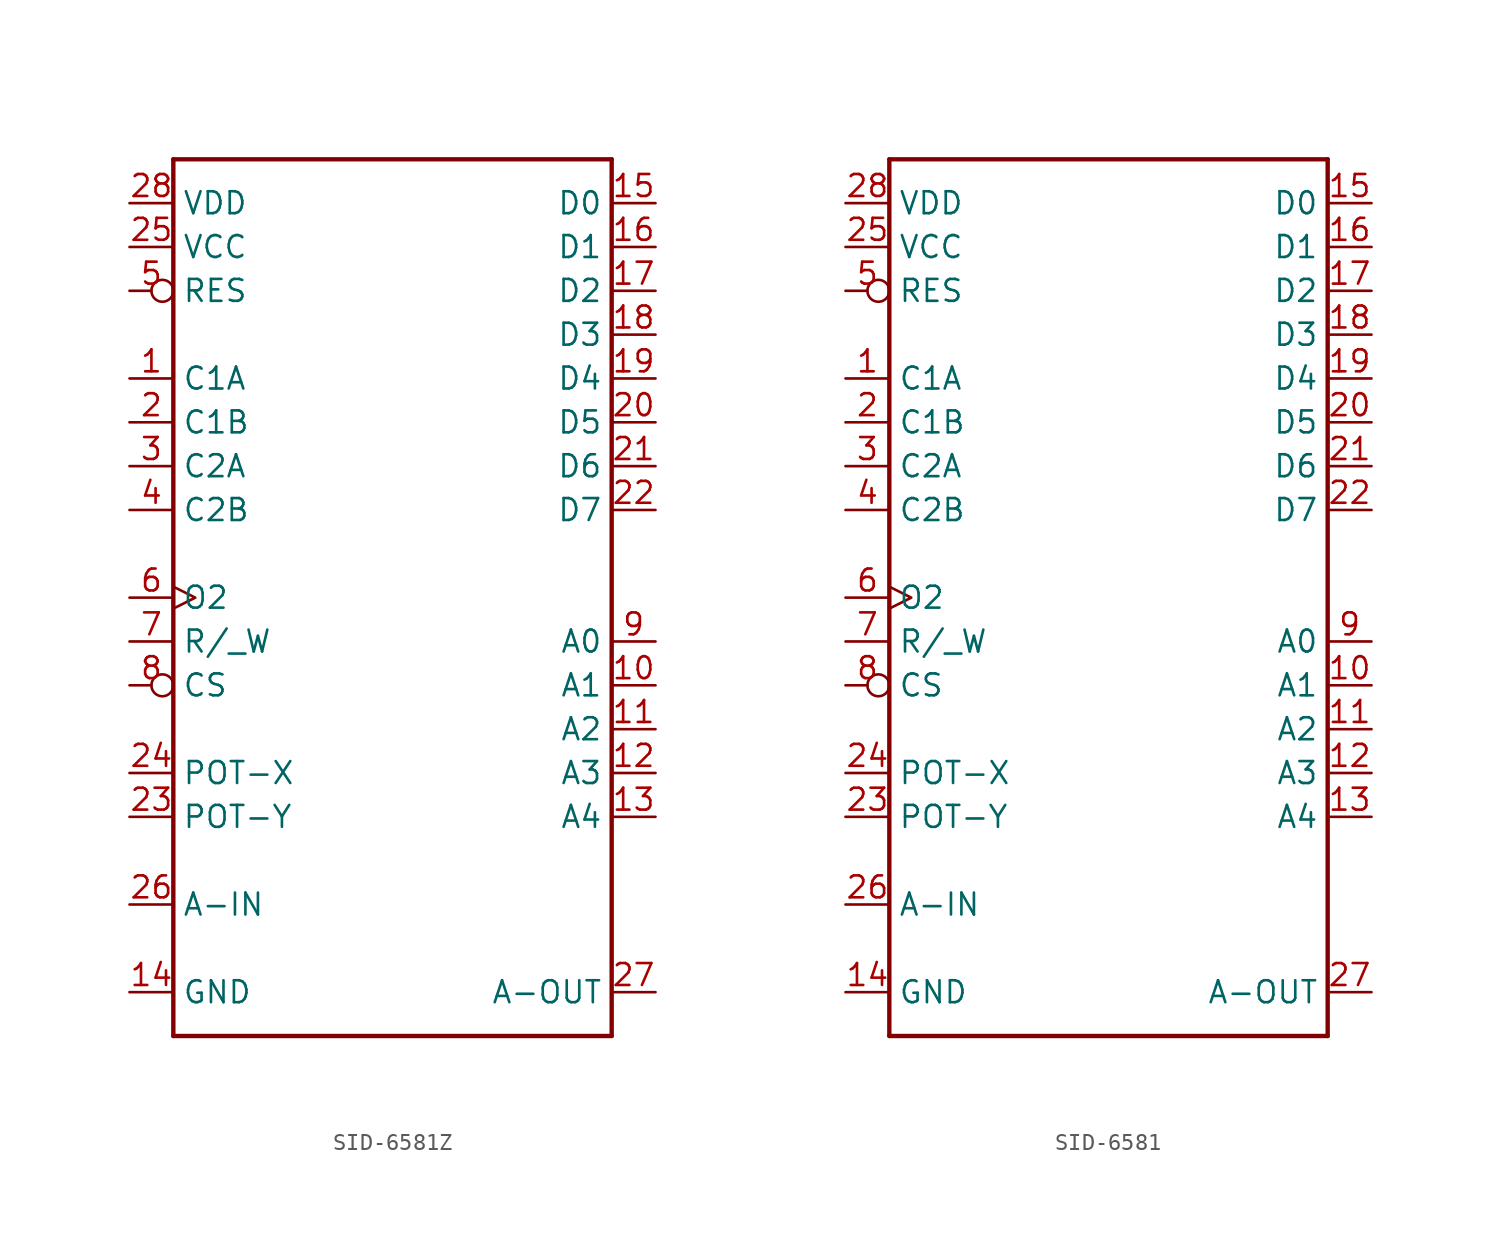
<source format=kicad_sym>
(kicad_symbol_lib
  (version 20231120)
  (generator "kicad_symbol_editor")
  (generator_version "8.0")
  (symbol "SID-6581Z"
    (property "Reference" ""
      (at -10.16 19.05 0)
      (effects (font (size 2.184 1.857)) (justify left bottom) (hide yes)))
    (property "ki_locked" ""
      (at 0 0 0)
      (effects (font (size 1.27 1.27))))
    (symbol "SID-6581Z_1_0"
      (polyline (pts (xy -10.16 -33.02) (xy 15.24 -33.02)) (stroke (width 0.254) (type solid)) (fill (type none)))
      (polyline (pts (xy -10.16 17.78) (xy -10.16 -33.02)) (stroke (width 0.254) (type solid)) (fill (type none)))
      (polyline (pts (xy 15.24 -33.02) (xy 15.24 17.78)) (stroke (width 0.254) (type solid)) (fill (type none)))
      (polyline (pts (xy 15.24 17.78) (xy -10.16 17.78)) (stroke (width 0.254) (type solid)) (fill (type none)))
      (pin bidirectional line (at -12.7 5.08 0) (length 2.54) (name "C1A" (effects (font (size 1.27 1.27)))) (number "1" (effects (font (size 1.27 1.27)))))
      (pin bidirectional line (at 17.78 -12.7 180) (length 2.54) (name "A1" (effects (font (size 1.27 1.27)))) (number "10" (effects (font (size 1.27 1.27)))))
      (pin bidirectional line (at 17.78 -15.24 180) (length 2.54) (name "A2" (effects (font (size 1.27 1.27)))) (number "11" (effects (font (size 1.27 1.27)))))
      (pin bidirectional line (at 17.78 -17.78 180) (length 2.54) (name "A3" (effects (font (size 1.27 1.27)))) (number "12" (effects (font (size 1.27 1.27)))))
      (pin bidirectional line (at 17.78 -20.32 180) (length 2.54) (name "A4" (effects (font (size 1.27 1.27)))) (number "13" (effects (font (size 1.27 1.27)))))
      (pin bidirectional line (at -12.7 -30.48 0) (length 2.54) (name "GND" (effects (font (size 1.27 1.27)))) (number "14" (effects (font (size 1.27 1.27)))))
      (pin bidirectional line (at 17.78 15.24 180) (length 2.54) (name "D0" (effects (font (size 1.27 1.27)))) (number "15" (effects (font (size 1.27 1.27)))))
      (pin bidirectional line (at 17.78 12.7 180) (length 2.54) (name "D1" (effects (font (size 1.27 1.27)))) (number "16" (effects (font (size 1.27 1.27)))))
      (pin bidirectional line (at 17.78 10.16 180) (length 2.54) (name "D2" (effects (font (size 1.27 1.27)))) (number "17" (effects (font (size 1.27 1.27)))))
      (pin bidirectional line (at 17.78 7.62 180) (length 2.54) (name "D3" (effects (font (size 1.27 1.27)))) (number "18" (effects (font (size 1.27 1.27)))))
      (pin bidirectional line (at 17.78 5.08 180) (length 2.54) (name "D4" (effects (font (size 1.27 1.27)))) (number "19" (effects (font (size 1.27 1.27)))))
      (pin bidirectional line (at -12.7 2.54 0) (length 2.54) (name "C1B" (effects (font (size 1.27 1.27)))) (number "2" (effects (font (size 1.27 1.27)))))
      (pin bidirectional line (at 17.78 2.54 180) (length 2.54) (name "D5" (effects (font (size 1.27 1.27)))) (number "20" (effects (font (size 1.27 1.27)))))
      (pin bidirectional line (at 17.78 0 180) (length 2.54) (name "D6" (effects (font (size 1.27 1.27)))) (number "21" (effects (font (size 1.27 1.27)))))
      (pin bidirectional line (at 17.78 -2.54 180) (length 2.54) (name "D7" (effects (font (size 1.27 1.27)))) (number "22" (effects (font (size 1.27 1.27)))))
      (pin bidirectional line (at -12.7 -20.32 0) (length 2.54) (name "POT-Y" (effects (font (size 1.27 1.27)))) (number "23" (effects (font (size 1.27 1.27)))))
      (pin bidirectional line (at -12.7 -17.78 0) (length 2.54) (name "POT-X" (effects (font (size 1.27 1.27)))) (number "24" (effects (font (size 1.27 1.27)))))
      (pin bidirectional line (at -12.7 12.7 0) (length 2.54) (name "VCC" (effects (font (size 1.27 1.27)))) (number "25" (effects (font (size 1.27 1.27)))))
      (pin bidirectional line (at -12.7 -25.4 0) (length 2.54) (name "A-IN" (effects (font (size 1.27 1.27)))) (number "26" (effects (font (size 1.27 1.27)))))
      (pin bidirectional line (at 17.78 -30.48 180) (length 2.54) (name "A-OUT" (effects (font (size 1.27 1.27)))) (number "27" (effects (font (size 1.27 1.27)))))
      (pin bidirectional line (at -12.7 15.24 0) (length 2.54) (name "VDD" (effects (font (size 1.27 1.27)))) (number "28" (effects (font (size 1.27 1.27)))))
      (pin bidirectional line (at -12.7 0 0) (length 2.54) (name "C2A" (effects (font (size 1.27 1.27)))) (number "3" (effects (font (size 1.27 1.27)))))
      (pin bidirectional line (at -12.7 -2.54 0) (length 2.54) (name "C2B" (effects (font (size 1.27 1.27)))) (number "4" (effects (font (size 1.27 1.27)))))
      (pin input inverted (at -12.7 10.16 0) (length 2.54) (name "RES" (effects (font (size 1.27 1.27)))) (number "5" (effects (font (size 1.27 1.27)))))
      (pin bidirectional clock (at -12.7 -7.62 0) (length 2.54) (name "O2" (effects (font (size 1.27 1.27)))) (number "6" (effects (font (size 1.27 1.27)))))
      (pin bidirectional line (at -12.7 -10.16 0) (length 2.54) (name "R/_W" (effects (font (size 1.27 1.27)))) (number "7" (effects (font (size 1.27 1.27)))))
      (pin bidirectional inverted (at -12.7 -12.7 0) (length 2.54) (name "CS" (effects (font (size 1.27 1.27)))) (number "8" (effects (font (size 1.27 1.27)))))
      (pin bidirectional line (at 17.78 -10.16 180) (length 2.54) (name "A0" (effects (font (size 1.27 1.27)))) (number "9" (effects (font (size 1.27 1.27)))))))
  (symbol "SID-6581"
    (property "Reference" ""
      (at -10.16 19.05 0)
      (effects (font (size 2.184 1.857)) (justify left bottom) (hide yes)))
    (property "ki_locked" ""
      (at 0 0 0)
      (effects (font (size 1.27 1.27))))
    (symbol "SID-6581_1_0"
      (polyline (pts (xy -10.16 -33.02) (xy 15.24 -33.02)) (stroke (width 0.254) (type solid)) (fill (type none)))
      (polyline (pts (xy -10.16 17.78) (xy -10.16 -33.02)) (stroke (width 0.254) (type solid)) (fill (type none)))
      (polyline (pts (xy 15.24 -33.02) (xy 15.24 17.78)) (stroke (width 0.254) (type solid)) (fill (type none)))
      (polyline (pts (xy 15.24 17.78) (xy -10.16 17.78)) (stroke (width 0.254) (type solid)) (fill (type none)))
      (pin bidirectional line (at -12.7 5.08 0) (length 2.54) (name "C1A" (effects (font (size 1.27 1.27)))) (number "1" (effects (font (size 1.27 1.27)))))
      (pin bidirectional line (at 17.78 -12.7 180) (length 2.54) (name "A1" (effects (font (size 1.27 1.27)))) (number "10" (effects (font (size 1.27 1.27)))))
      (pin bidirectional line (at 17.78 -15.24 180) (length 2.54) (name "A2" (effects (font (size 1.27 1.27)))) (number "11" (effects (font (size 1.27 1.27)))))
      (pin bidirectional line (at 17.78 -17.78 180) (length 2.54) (name "A3" (effects (font (size 1.27 1.27)))) (number "12" (effects (font (size 1.27 1.27)))))
      (pin bidirectional line (at 17.78 -20.32 180) (length 2.54) (name "A4" (effects (font (size 1.27 1.27)))) (number "13" (effects (font (size 1.27 1.27)))))
      (pin bidirectional line (at -12.7 -30.48 0) (length 2.54) (name "GND" (effects (font (size 1.27 1.27)))) (number "14" (effects (font (size 1.27 1.27)))))
      (pin bidirectional line (at 17.78 15.24 180) (length 2.54) (name "D0" (effects (font (size 1.27 1.27)))) (number "15" (effects (font (size 1.27 1.27)))))
      (pin bidirectional line (at 17.78 12.7 180) (length 2.54) (name "D1" (effects (font (size 1.27 1.27)))) (number "16" (effects (font (size 1.27 1.27)))))
      (pin bidirectional line (at 17.78 10.16 180) (length 2.54) (name "D2" (effects (font (size 1.27 1.27)))) (number "17" (effects (font (size 1.27 1.27)))))
      (pin bidirectional line (at 17.78 7.62 180) (length 2.54) (name "D3" (effects (font (size 1.27 1.27)))) (number "18" (effects (font (size 1.27 1.27)))))
      (pin bidirectional line (at 17.78 5.08 180) (length 2.54) (name "D4" (effects (font (size 1.27 1.27)))) (number "19" (effects (font (size 1.27 1.27)))))
      (pin bidirectional line (at -12.7 2.54 0) (length 2.54) (name "C1B" (effects (font (size 1.27 1.27)))) (number "2" (effects (font (size 1.27 1.27)))))
      (pin bidirectional line (at 17.78 2.54 180) (length 2.54) (name "D5" (effects (font (size 1.27 1.27)))) (number "20" (effects (font (size 1.27 1.27)))))
      (pin bidirectional line (at 17.78 0 180) (length 2.54) (name "D6" (effects (font (size 1.27 1.27)))) (number "21" (effects (font (size 1.27 1.27)))))
      (pin bidirectional line (at 17.78 -2.54 180) (length 2.54) (name "D7" (effects (font (size 1.27 1.27)))) (number "22" (effects (font (size 1.27 1.27)))))
      (pin bidirectional line (at -12.7 -20.32 0) (length 2.54) (name "POT-Y" (effects (font (size 1.27 1.27)))) (number "23" (effects (font (size 1.27 1.27)))))
      (pin bidirectional line (at -12.7 -17.78 0) (length 2.54) (name "POT-X" (effects (font (size 1.27 1.27)))) (number "24" (effects (font (size 1.27 1.27)))))
      (pin bidirectional line (at -12.7 12.7 0) (length 2.54) (name "VCC" (effects (font (size 1.27 1.27)))) (number "25" (effects (font (size 1.27 1.27)))))
      (pin bidirectional line (at -12.7 -25.4 0) (length 2.54) (name "A-IN" (effects (font (size 1.27 1.27)))) (number "26" (effects (font (size 1.27 1.27)))))
      (pin bidirectional line (at 17.78 -30.48 180) (length 2.54) (name "A-OUT" (effects (font (size 1.27 1.27)))) (number "27" (effects (font (size 1.27 1.27)))))
      (pin bidirectional line (at -12.7 15.24 0) (length 2.54) (name "VDD" (effects (font (size 1.27 1.27)))) (number "28" (effects (font (size 1.27 1.27)))))
      (pin bidirectional line (at -12.7 0 0) (length 2.54) (name "C2A" (effects (font (size 1.27 1.27)))) (number "3" (effects (font (size 1.27 1.27)))))
      (pin bidirectional line (at -12.7 -2.54 0) (length 2.54) (name "C2B" (effects (font (size 1.27 1.27)))) (number "4" (effects (font (size 1.27 1.27)))))
      (pin input inverted (at -12.7 10.16 0) (length 2.54) (name "RES" (effects (font (size 1.27 1.27)))) (number "5" (effects (font (size 1.27 1.27)))))
      (pin bidirectional clock (at -12.7 -7.62 0) (length 2.54) (name "O2" (effects (font (size 1.27 1.27)))) (number "6" (effects (font (size 1.27 1.27)))))
      (pin bidirectional line (at -12.7 -10.16 0) (length 2.54) (name "R/_W" (effects (font (size 1.27 1.27)))) (number "7" (effects (font (size 1.27 1.27)))))
      (pin bidirectional inverted (at -12.7 -12.7 0) (length 2.54) (name "CS" (effects (font (size 1.27 1.27)))) (number "8" (effects (font (size 1.27 1.27)))))
      (pin bidirectional line (at 17.78 -10.16 180) (length 2.54) (name "A0" (effects (font (size 1.27 1.27)))) (number "9" (effects (font (size 1.27 1.27))))))))
</source>
